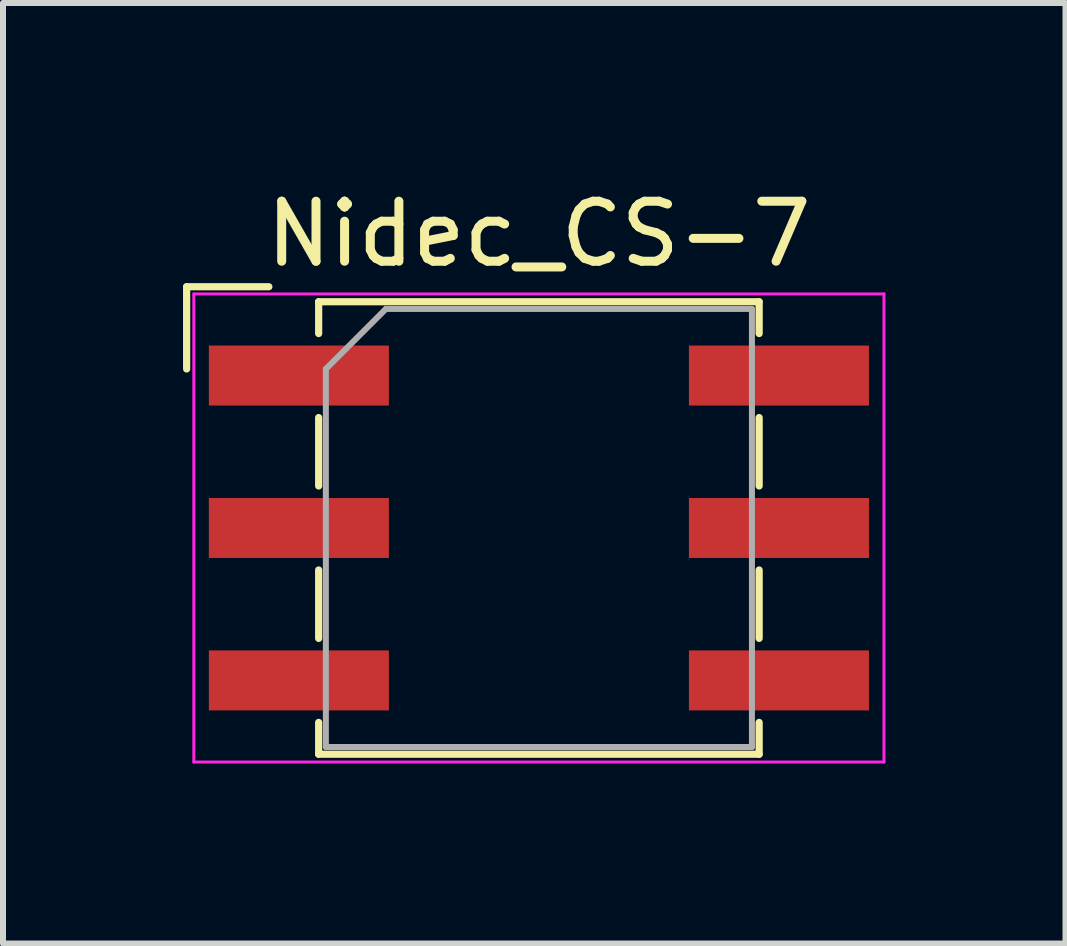
<source format=kicad_pcb>
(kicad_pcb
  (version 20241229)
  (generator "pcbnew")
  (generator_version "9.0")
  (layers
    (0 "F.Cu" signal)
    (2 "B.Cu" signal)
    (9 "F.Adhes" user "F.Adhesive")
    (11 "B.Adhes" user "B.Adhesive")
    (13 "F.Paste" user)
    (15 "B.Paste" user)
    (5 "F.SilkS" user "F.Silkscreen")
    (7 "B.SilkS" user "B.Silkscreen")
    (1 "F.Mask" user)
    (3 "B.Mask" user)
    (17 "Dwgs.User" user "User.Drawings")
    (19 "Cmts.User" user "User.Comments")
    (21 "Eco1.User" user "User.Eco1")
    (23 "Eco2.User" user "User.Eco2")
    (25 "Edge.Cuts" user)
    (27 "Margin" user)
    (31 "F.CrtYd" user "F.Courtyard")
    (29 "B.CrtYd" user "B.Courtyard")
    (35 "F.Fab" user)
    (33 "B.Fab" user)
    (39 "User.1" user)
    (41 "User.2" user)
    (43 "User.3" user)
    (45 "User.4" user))
  (footprint "Nidec_CS-7"
    (layer "F.Cu")
    (at 5.93 5.748)
    (property "Reference" "Nidec_CS-7" (at 0 -4.9 0) (layer "F.SilkS") (effects (font (size 1 1) (thickness 0.15))))
    (attr smd)
    (fp_line (start -5.87 -4.02) (end -4.5 -4.02) (stroke (width 0.12) (type solid)) (layer "F.SilkS"))
    (fp_line (start -5.87 -2.65) (end -5.87 -4.02) (stroke (width 0.12) (type solid)) (layer "F.SilkS"))
    (fp_line (start -3.67 -3.77) (end 3.67 -3.77) (stroke (width 0.12) (type solid)) (layer "F.SilkS"))
    (fp_line (start -3.67 -3.24) (end -3.67 -3.77) (stroke (width 0.12) (type solid)) (layer "F.SilkS"))
    (fp_line (start -3.67 -1.84) (end -3.67 -0.7) (stroke (width 0.12) (type solid)) (layer "F.SilkS"))
    (fp_line (start -3.67 0.7) (end -3.67 1.84) (stroke (width 0.12) (type solid)) (layer "F.SilkS"))
    (fp_line (start -3.67 3.24) (end -3.67 3.77) (stroke (width 0.12) (type solid)) (layer "F.SilkS"))
    (fp_line (start -3.67 3.77) (end 3.67 3.77) (stroke (width 0.12) (type solid)) (layer "F.SilkS"))
    (fp_line (start 3.67 -3.77) (end 3.67 -3.24) (stroke (width 0.12) (type solid)) (layer "F.SilkS"))
    (fp_line (start 3.67 -1.84) (end 3.67 -0.7) (stroke (width 0.12) (type solid)) (layer "F.SilkS"))
    (fp_line (start 3.67 0.7) (end 3.67 1.84) (stroke (width 0.12) (type solid)) (layer "F.SilkS"))
    (fp_line (start 3.67 3.77) (end 3.67 3.24) (stroke (width 0.12) (type solid)) (layer "F.SilkS"))
    (fp_line (start -5.75 -3.9) (end -5.75 3.9) (stroke (width 0.05) (type solid)) (layer "F.CrtYd"))
    (fp_line (start -5.75 3.9) (end 5.75 3.9) (stroke (width 0.05) (type solid)) (layer "F.CrtYd"))
    (fp_line (start 5.75 -3.9) (end -5.75 -3.9) (stroke (width 0.05) (type solid)) (layer "F.CrtYd"))
    (fp_line (start 5.75 3.9) (end 5.75 -3.9) (stroke (width 0.05) (type solid)) (layer "F.CrtYd"))
    (fp_line (start -3.55 -2.65) (end -2.55 -3.65) (stroke (width 0.1) (type solid)) (layer "F.Fab"))
    (fp_line (start -3.55 3.65) (end -3.55 -2.65) (stroke (width 0.1) (type solid)) (layer "F.Fab"))
    (fp_line (start -2.55 -3.65) (end 3.55 -3.65) (stroke (width 0.1) (type solid)) (layer "F.Fab"))
    (fp_line (start 3.55 -3.65) (end 3.55 3.65) (stroke (width 0.1) (type solid)) (layer "F.Fab"))
    (fp_line (start 3.55 3.65) (end -3.55 3.65) (stroke (width 0.1) (type solid)) (layer "F.Fab"))
    (pad "1" smd rect (at -4 -2.54) (size 3 1) (layers "F.Cu" "F.Mask" "F.Paste"))
    (pad "2" smd rect (at -4 0) (size 3 1) (layers "F.Cu" "F.Mask" "F.Paste"))
    (pad "3" smd rect (at -4 2.54) (size 3 1) (layers "F.Cu" "F.Mask" "F.Paste"))
    (pad "4" smd rect (at 4 -2.54) (size 3 1) (layers "F.Cu" "F.Mask" "F.Paste"))
    (pad "5" smd rect (at 4 0) (size 3 1) (layers "F.Cu" "F.Mask" "F.Paste"))
    (pad "6" smd rect (at 4 2.54) (size 3 1) (layers "F.Cu" "F.Mask" "F.Paste")))
  (gr_rect
    (start -3 -3)
    (end 14.705 12.673)
    (stroke (width 0.1) (type default))
    (fill no)
    (layer "Edge.Cuts")))
</source>
